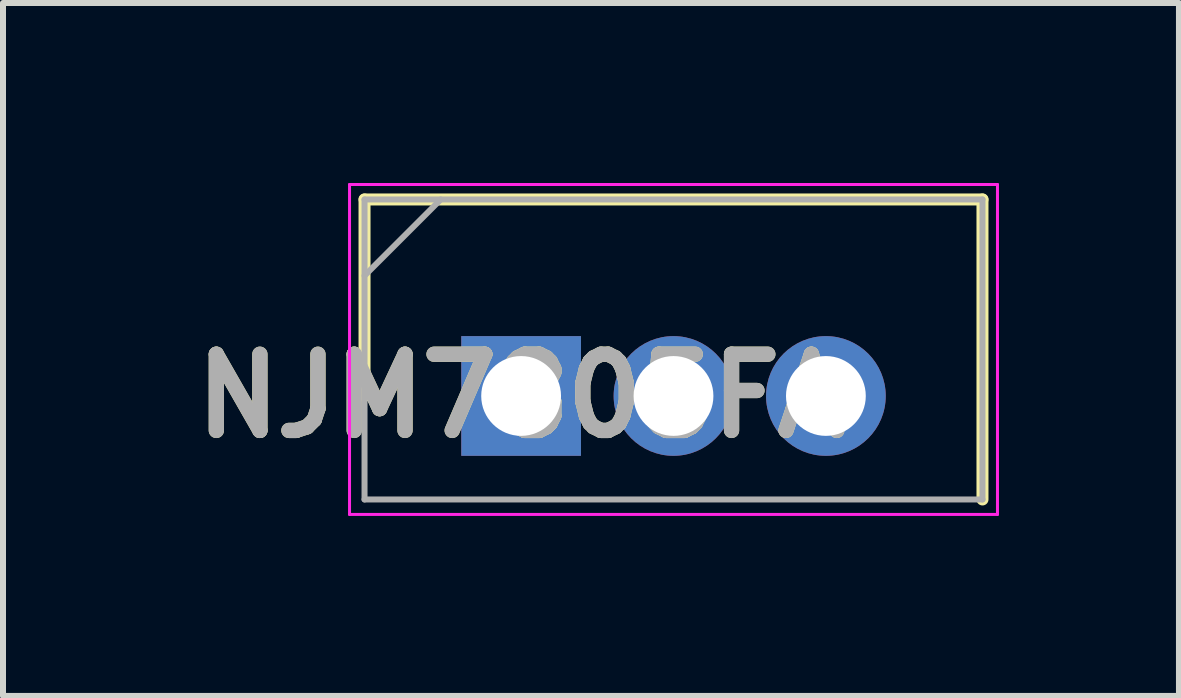
<source format=kicad_pcb>
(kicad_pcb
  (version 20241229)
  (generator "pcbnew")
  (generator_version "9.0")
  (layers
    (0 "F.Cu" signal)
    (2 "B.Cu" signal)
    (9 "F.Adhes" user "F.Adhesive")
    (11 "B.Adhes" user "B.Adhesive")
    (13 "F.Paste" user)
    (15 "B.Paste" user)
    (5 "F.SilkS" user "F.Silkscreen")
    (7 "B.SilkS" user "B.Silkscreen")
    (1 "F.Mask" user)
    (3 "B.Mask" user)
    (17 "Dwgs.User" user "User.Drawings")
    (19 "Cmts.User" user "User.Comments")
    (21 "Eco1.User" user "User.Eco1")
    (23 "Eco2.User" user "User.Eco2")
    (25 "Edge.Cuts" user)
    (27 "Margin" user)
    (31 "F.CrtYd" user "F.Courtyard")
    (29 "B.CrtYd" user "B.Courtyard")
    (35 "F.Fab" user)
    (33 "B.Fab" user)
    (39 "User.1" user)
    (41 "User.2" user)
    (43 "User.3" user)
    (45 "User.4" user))
  (footprint "NJM7805FA"
    (layer "F.Cu")
    (at 5.636 3.55)
    (property "Reference" "NJM7805FA" (at 0 0 0) (layer "F.SilkS") (effects (font (size 1.27 1.27) (thickness 0.254))))
    (attr through_hole)
    (fp_line (start -2.61 -3.275) (end -2.61 0) (stroke (width 0.2) (type solid)) (layer "F.SilkS"))
    (fp_line (start 7.69 -3.275) (end -2.61 -3.275) (stroke (width 0.2) (type solid)) (layer "F.SilkS"))
    (fp_line (start 7.69 1.725) (end 7.69 -3.275) (stroke (width 0.2) (type solid)) (layer "F.SilkS"))
    (fp_line (start -2.86 -3.525) (end 7.94 -3.525) (stroke (width 0.05) (type solid)) (layer "F.CrtYd"))
    (fp_line (start -2.86 1.975) (end -2.86 -3.525) (stroke (width 0.05) (type solid)) (layer "F.CrtYd"))
    (fp_line (start 7.94 -3.525) (end 7.94 1.975) (stroke (width 0.05) (type solid)) (layer "F.CrtYd"))
    (fp_line (start 7.94 1.975) (end -2.86 1.975) (stroke (width 0.05) (type solid)) (layer "F.CrtYd"))
    (fp_line (start -2.61 -3.275) (end 7.69 -3.275) (stroke (width 0.1) (type solid)) (layer "F.Fab"))
    (fp_line (start -2.61 -2.005) (end -1.34 -3.275) (stroke (width 0.1) (type solid)) (layer "F.Fab"))
    (fp_line (start -2.61 1.725) (end -2.61 -3.275) (stroke (width 0.1) (type solid)) (layer "F.Fab"))
    (fp_line (start 7.69 -3.275) (end 7.69 1.725) (stroke (width 0.1) (type solid)) (layer "F.Fab"))
    (fp_line (start 7.69 1.725) (end -2.61 1.725) (stroke (width 0.1) (type solid)) (layer "F.Fab"))
    (fp_text user "${REFERENCE}" (at 0 0 0) (layer "F.Fab") (effects (font (size 1.27 1.27) (thickness 0.254))))
    (pad "1" thru_hole rect (at 0 0) (size 1.995 1.995) (drill 1.33) (layers "*.Cu" "*.Mask"))
    (pad "2" thru_hole circle (at 2.54 0) (size 1.995 1.995) (drill 1.33) (layers "*.Cu" "*.Mask"))
    (pad "3" thru_hole circle (at 5.08 0) (size 1.995 1.995) (drill 1.33) (layers "*.Cu" "*.Mask")))
  (gr_rect
    (start -3 -3)
    (end 16.601 8.55)
    (stroke (width 0.1) (type default))
    (fill no)
    (layer "Edge.Cuts")))
</source>
